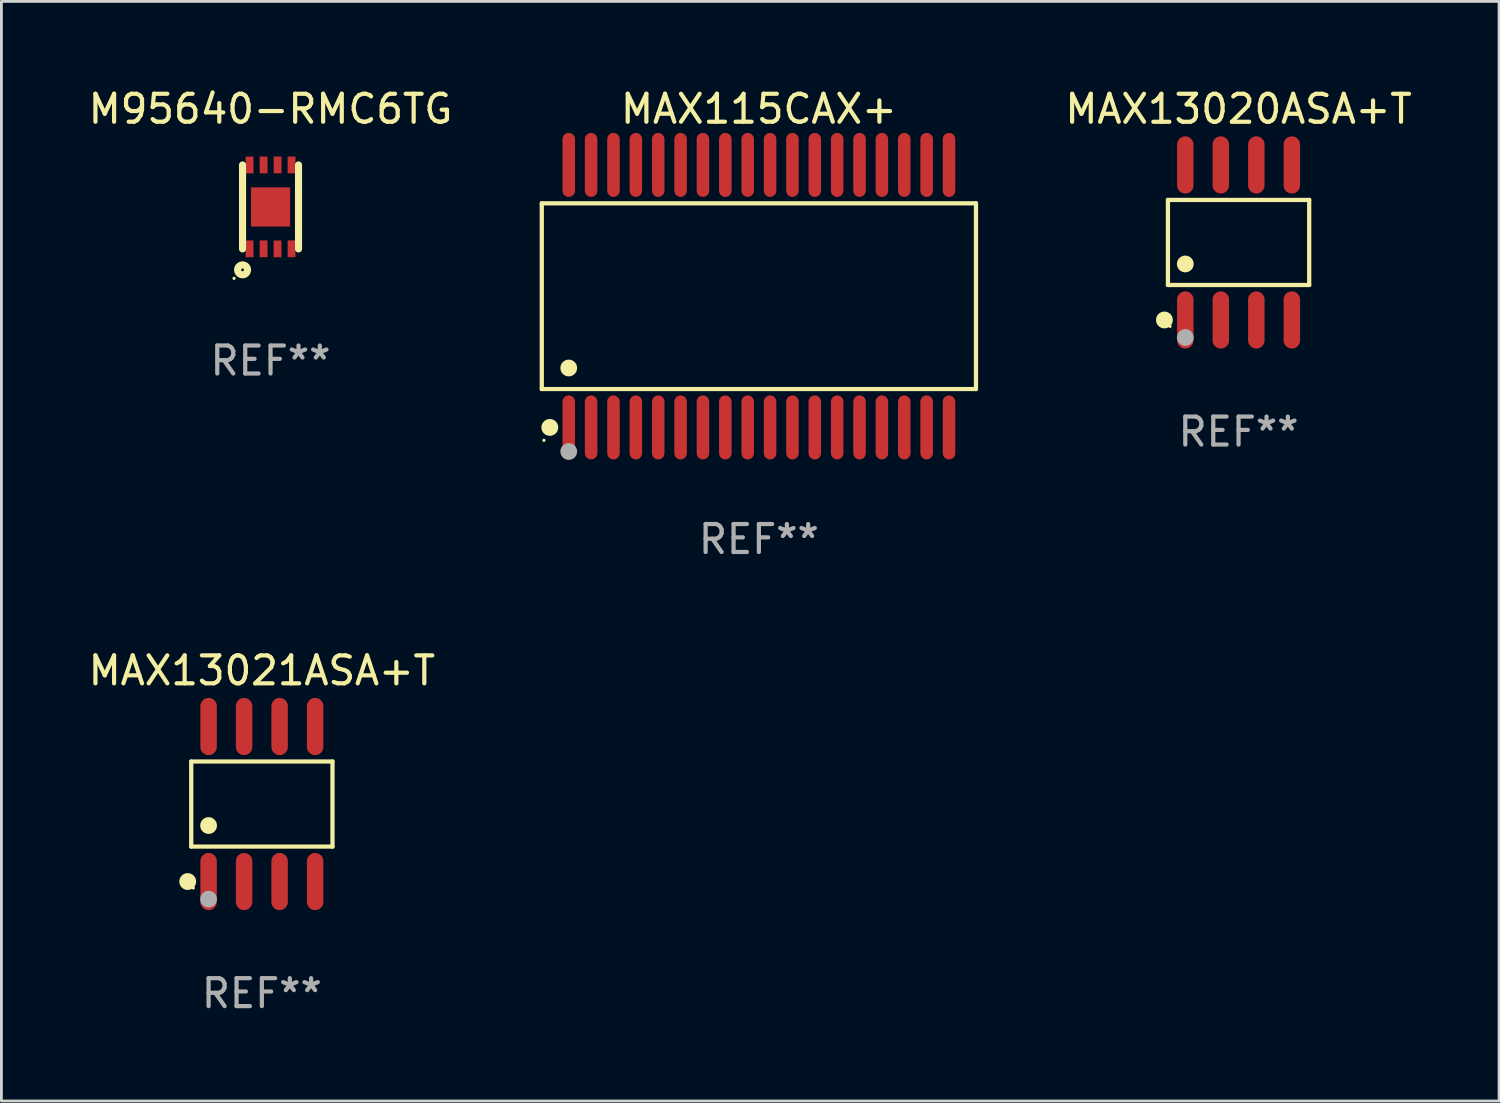
<source format=kicad_pcb>
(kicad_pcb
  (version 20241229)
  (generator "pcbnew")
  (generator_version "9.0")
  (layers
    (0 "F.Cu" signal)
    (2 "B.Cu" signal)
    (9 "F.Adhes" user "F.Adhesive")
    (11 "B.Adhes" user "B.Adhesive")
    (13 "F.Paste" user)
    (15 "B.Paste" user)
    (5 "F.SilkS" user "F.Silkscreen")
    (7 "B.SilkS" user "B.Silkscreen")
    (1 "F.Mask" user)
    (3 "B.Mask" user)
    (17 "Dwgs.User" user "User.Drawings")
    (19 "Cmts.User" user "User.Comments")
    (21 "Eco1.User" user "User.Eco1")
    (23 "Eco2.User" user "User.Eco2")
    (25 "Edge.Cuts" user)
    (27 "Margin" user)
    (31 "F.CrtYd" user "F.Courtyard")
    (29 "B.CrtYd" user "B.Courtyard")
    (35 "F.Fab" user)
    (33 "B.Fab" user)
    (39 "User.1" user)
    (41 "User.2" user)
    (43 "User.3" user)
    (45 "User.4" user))
  (footprint "M95640-RMC6TG"
    (layer "F.Cu")
    (at 6.625 4.35)
    (property "Reference" "M95640-RMC6TG" (at 0 -3.502 0) (layer "F.SilkS") (effects (font (size 1 1) (thickness 0.15))))
    (attr through_hole)
    (fp_line (start -1.001 1.502) (end -1.001 -1.501) (stroke (width 0.254) (type solid)) (layer "F.SilkS"))
    (fp_line (start 1.001 1.502) (end 1.001 -1.501) (stroke (width 0.254) (type solid)) (layer "F.SilkS"))
    (fp_circle (center -1.304 2.554) (end -1.274 2.554) (stroke (width 0.06) (type solid)) (fill no) (layer "F.SilkS"))
    (fp_circle (center -1 2.251) (end -0.823 2.251) (stroke (width 0.254) (type solid)) (fill no) (layer "F.SilkS"))
    (fp_text user "REF**" (at 0 5.502 0) (layer "F.Fab") (effects (font (size 1 1) (thickness 0.15))))
    (pad "1" smd rect (at -0.75 1.5 180) (size 0.28 0.6) (layers "F.Cu" "F.Mask" "F.Paste"))
    (pad "2" smd rect (at -0.248 1.498 180) (size 0.28 0.6) (layers "F.Cu" "F.Mask" "F.Paste"))
    (pad "3" smd rect (at 0.25 1.5 180) (size 0.28 0.6) (layers "F.Cu" "F.Mask" "F.Paste"))
    (pad "4" smd rect (at 0.752 1.498 180) (size 0.28 0.6) (layers "F.Cu" "F.Mask" "F.Paste"))
    (pad "5" smd rect (at 0.752 -1.502 180) (size 0.28 0.6) (layers "F.Cu" "F.Mask" "F.Paste"))
    (pad "6" smd rect (at 0.252 -1.502 180) (size 0.28 0.6) (layers "F.Cu" "F.Mask" "F.Paste"))
    (pad "7" smd rect (at -0.248 -1.502 180) (size 0.28 0.6) (layers "F.Cu" "F.Mask" "F.Paste"))
    (pad "8" smd rect (at -0.75 -1.5 180) (size 0.28 0.6) (layers "F.Cu" "F.Mask" "F.Paste"))
    (pad "9" smd rect (at 0.000051 0.001 270) (size 1.4 1.4) (layers "F.Cu" "F.Mask" "F.Paste")))
  (footprint "MAX13020ASA+T"
    (layer "F.Cu")
    (at 41.245 5.621)
    (property "Reference" "MAX13020ASA+T" (at 0 -4.772 0) (layer "F.SilkS") (effects (font (size 1 1) (thickness 0.15))))
    (attr through_hole)
    (fp_line (start -2.526 -1.521) (end 2.526 -1.521) (stroke (width 0.152) (type solid)) (layer "F.SilkS"))
    (fp_line (start -2.526 1.521) (end -2.526 -1.521) (stroke (width 0.152) (type solid)) (layer "F.SilkS"))
    (fp_line (start 2.526 -1.521) (end 2.526 1.521) (stroke (width 0.152) (type solid)) (layer "F.SilkS"))
    (fp_line (start 2.526 1.521) (end -2.526 1.521) (stroke (width 0.152) (type solid)) (layer "F.SilkS"))
    (fp_circle (center -2.652 2.772) (end -2.501 2.772) (stroke (width 0.3) (type solid)) (fill no) (layer "F.SilkS"))
    (fp_circle (center -2.45 3) (end -2.42 3) (stroke (width 0.06) (type solid)) (fill no) (layer "F.SilkS"))
    (fp_circle (center -1.905 0.769) (end -1.755 0.769) (stroke (width 0.3) (type solid)) (fill no) (layer "F.SilkS"))
    (fp_circle (center -1.905 3.4) (end -1.755 3.4) (stroke (width 0.3) (type solid)) (fill no) (layer "F.Fab"))
    (fp_text user "REF**" (at 0 6.772 0) (layer "F.Fab") (effects (font (size 1 1) (thickness 0.15))))
    (pad "1" smd oval (at -1.905 2.772) (size 0.588 2.045) (layers "F.Cu" "F.Mask" "F.Paste"))
    (pad "2" smd oval (at -0.635 2.772) (size 0.588 2.045) (layers "F.Cu" "F.Mask" "F.Paste"))
    (pad "3" smd oval (at 0.635 2.772) (size 0.588 2.045) (layers "F.Cu" "F.Mask" "F.Paste"))
    (pad "4" smd oval (at 1.905 2.772) (size 0.588 2.045) (layers "F.Cu" "F.Mask" "F.Paste"))
    (pad "5" smd oval (at 1.905 -2.772) (size 0.588 2.045) (layers "F.Cu" "F.Mask" "F.Paste"))
    (pad "6" smd oval (at 0.635 -2.772) (size 0.588 2.045) (layers "F.Cu" "F.Mask" "F.Paste"))
    (pad "7" smd oval (at -0.635 -2.772) (size 0.588 2.045) (layers "F.Cu" "F.Mask" "F.Paste"))
    (pad "8" smd oval (at -1.905 -2.772) (size 0.588 2.045) (layers "F.Cu" "F.Mask" "F.Paste")))
  (footprint "MAX115CAX+"
    (layer "F.Cu")
    (at 24.09 7.542)
    (property "Reference" "MAX115CAX+" (at 0 -6.694 0) (layer "F.SilkS") (effects (font (size 1 1) (thickness 0.15))))
    (attr through_hole)
    (fp_line (start -7.764 -3.321) (end 7.764 -3.321) (stroke (width 0.152) (type solid)) (layer "F.SilkS"))
    (fp_line (start -7.764 3.321) (end -7.764 -3.321) (stroke (width 0.152) (type solid)) (layer "F.SilkS"))
    (fp_line (start 7.764 -3.321) (end 7.764 3.321) (stroke (width 0.152) (type solid)) (layer "F.SilkS"))
    (fp_line (start 7.764 3.321) (end -7.764 3.321) (stroke (width 0.152) (type solid)) (layer "F.SilkS"))
    (fp_circle (center -7.688 5.155) (end -7.658 5.155) (stroke (width 0.06) (type solid)) (fill no) (layer "F.SilkS"))
    (fp_circle (center -7.477 4.694) (end -7.326 4.694) (stroke (width 0.3) (type solid)) (fill no) (layer "F.SilkS"))
    (fp_circle (center -6.8 2.569) (end -6.65 2.569) (stroke (width 0.3) (type solid)) (fill no) (layer "F.SilkS"))
    (fp_circle (center -6.8 5.555) (end -6.65 5.555) (stroke (width 0.3) (type solid)) (fill no) (layer "F.Fab"))
    (fp_text user "REF**" (at 0 8.694 0) (layer "F.Fab") (effects (font (size 1 1) (thickness 0.15))))
    (pad "1" smd oval (at -6.8 4.694) (size 0.448 2.288) (layers "F.Cu" "F.Mask" "F.Paste"))
    (pad "2" smd oval (at -6 4.694) (size 0.448 2.288) (layers "F.Cu" "F.Mask" "F.Paste"))
    (pad "3" smd oval (at -5.2 4.694) (size 0.448 2.288) (layers "F.Cu" "F.Mask" "F.Paste"))
    (pad "4" smd oval (at -4.4 4.694) (size 0.448 2.288) (layers "F.Cu" "F.Mask" "F.Paste"))
    (pad "5" smd oval (at -3.6 4.694) (size 0.448 2.288) (layers "F.Cu" "F.Mask" "F.Paste"))
    (pad "6" smd oval (at -2.8 4.694) (size 0.448 2.288) (layers "F.Cu" "F.Mask" "F.Paste"))
    (pad "7" smd oval (at -2 4.694) (size 0.448 2.288) (layers "F.Cu" "F.Mask" "F.Paste"))
    (pad "8" smd oval (at -1.2 4.694) (size 0.448 2.288) (layers "F.Cu" "F.Mask" "F.Paste"))
    (pad "9" smd oval (at -0.4 4.694) (size 0.448 2.288) (layers "F.Cu" "F.Mask" "F.Paste"))
    (pad "10" smd oval (at 0.4 4.694) (size 0.448 2.288) (layers "F.Cu" "F.Mask" "F.Paste"))
    (pad "11" smd oval (at 1.2 4.694) (size 0.448 2.288) (layers "F.Cu" "F.Mask" "F.Paste"))
    (pad "12" smd oval (at 2 4.694) (size 0.448 2.288) (layers "F.Cu" "F.Mask" "F.Paste"))
    (pad "13" smd oval (at 2.8 4.694) (size 0.448 2.288) (layers "F.Cu" "F.Mask" "F.Paste"))
    (pad "14" smd oval (at 3.6 4.694) (size 0.448 2.288) (layers "F.Cu" "F.Mask" "F.Paste"))
    (pad "15" smd oval (at 4.4 4.694) (size 0.448 2.288) (layers "F.Cu" "F.Mask" "F.Paste"))
    (pad "16" smd oval (at 5.2 4.694) (size 0.448 2.288) (layers "F.Cu" "F.Mask" "F.Paste"))
    (pad "17" smd oval (at 6 4.694) (size 0.448 2.288) (layers "F.Cu" "F.Mask" "F.Paste"))
    (pad "18" smd oval (at 6.8 4.694) (size 0.448 2.288) (layers "F.Cu" "F.Mask" "F.Paste"))
    (pad "19" smd oval (at 6.8 -4.694) (size 0.448 2.288) (layers "F.Cu" "F.Mask" "F.Paste"))
    (pad "20" smd oval (at 6 -4.694) (size 0.448 2.288) (layers "F.Cu" "F.Mask" "F.Paste"))
    (pad "21" smd oval (at 5.2 -4.694) (size 0.448 2.288) (layers "F.Cu" "F.Mask" "F.Paste"))
    (pad "22" smd oval (at 4.4 -4.694) (size 0.448 2.288) (layers "F.Cu" "F.Mask" "F.Paste"))
    (pad "23" smd oval (at 3.6 -4.694) (size 0.448 2.288) (layers "F.Cu" "F.Mask" "F.Paste"))
    (pad "24" smd oval (at 2.8 -4.694) (size 0.448 2.288) (layers "F.Cu" "F.Mask" "F.Paste"))
    (pad "25" smd oval (at 2 -4.694) (size 0.448 2.288) (layers "F.Cu" "F.Mask" "F.Paste"))
    (pad "26" smd oval (at 1.2 -4.694) (size 0.448 2.288) (layers "F.Cu" "F.Mask" "F.Paste"))
    (pad "27" smd oval (at 0.4 -4.694) (size 0.448 2.288) (layers "F.Cu" "F.Mask" "F.Paste"))
    (pad "28" smd oval (at -0.4 -4.694) (size 0.448 2.288) (layers "F.Cu" "F.Mask" "F.Paste"))
    (pad "29" smd oval (at -1.2 -4.694) (size 0.448 2.288) (layers "F.Cu" "F.Mask" "F.Paste"))
    (pad "30" smd oval (at -2 -4.694) (size 0.448 2.288) (layers "F.Cu" "F.Mask" "F.Paste"))
    (pad "31" smd oval (at -2.8 -4.694) (size 0.448 2.288) (layers "F.Cu" "F.Mask" "F.Paste"))
    (pad "32" smd oval (at -3.6 -4.694) (size 0.448 2.288) (layers "F.Cu" "F.Mask" "F.Paste"))
    (pad "33" smd oval (at -4.4 -4.694) (size 0.448 2.288) (layers "F.Cu" "F.Mask" "F.Paste"))
    (pad "34" smd oval (at -5.2 -4.694) (size 0.448 2.288) (layers "F.Cu" "F.Mask" "F.Paste"))
    (pad "35" smd oval (at -6 -4.694) (size 0.448 2.288) (layers "F.Cu" "F.Mask" "F.Paste"))
    (pad "36" smd oval (at -6.8 -4.694) (size 0.448 2.288) (layers "F.Cu" "F.Mask" "F.Paste")))
  (footprint "MAX13021ASA+T"
    (layer "F.Cu")
    (at 6.315 25.705)
    (property "Reference" "MAX13021ASA+T" (at 0 -4.772 0) (layer "F.SilkS") (effects (font (size 1 1) (thickness 0.15))))
    (attr through_hole)
    (fp_line (start -2.526 -1.521) (end 2.526 -1.521) (stroke (width 0.152) (type solid)) (layer "F.SilkS"))
    (fp_line (start -2.526 1.521) (end -2.526 -1.521) (stroke (width 0.152) (type solid)) (layer "F.SilkS"))
    (fp_line (start 2.526 -1.521) (end 2.526 1.521) (stroke (width 0.152) (type solid)) (layer "F.SilkS"))
    (fp_line (start 2.526 1.521) (end -2.526 1.521) (stroke (width 0.152) (type solid)) (layer "F.SilkS"))
    (fp_circle (center -2.652 2.772) (end -2.501 2.772) (stroke (width 0.3) (type solid)) (fill no) (layer "F.SilkS"))
    (fp_circle (center -2.45 3) (end -2.42 3) (stroke (width 0.06) (type solid)) (fill no) (layer "F.SilkS"))
    (fp_circle (center -1.905 0.769) (end -1.755 0.769) (stroke (width 0.3) (type solid)) (fill no) (layer "F.SilkS"))
    (fp_circle (center -1.905 3.4) (end -1.755 3.4) (stroke (width 0.3) (type solid)) (fill no) (layer "F.Fab"))
    (fp_text user "REF**" (at 0 6.772 0) (layer "F.Fab") (effects (font (size 1 1) (thickness 0.15))))
    (pad "1" smd oval (at -1.905 2.772) (size 0.588 2.045) (layers "F.Cu" "F.Mask" "F.Paste"))
    (pad "2" smd oval (at -0.635 2.772) (size 0.588 2.045) (layers "F.Cu" "F.Mask" "F.Paste"))
    (pad "3" smd oval (at 0.635 2.772) (size 0.588 2.045) (layers "F.Cu" "F.Mask" "F.Paste"))
    (pad "4" smd oval (at 1.905 2.772) (size 0.588 2.045) (layers "F.Cu" "F.Mask" "F.Paste"))
    (pad "5" smd oval (at 1.905 -2.772) (size 0.588 2.045) (layers "F.Cu" "F.Mask" "F.Paste"))
    (pad "6" smd oval (at 0.635 -2.772) (size 0.588 2.045) (layers "F.Cu" "F.Mask" "F.Paste"))
    (pad "7" smd oval (at -0.635 -2.772) (size 0.588 2.045) (layers "F.Cu" "F.Mask" "F.Paste"))
    (pad "8" smd oval (at -1.905 -2.772) (size 0.588 2.045) (layers "F.Cu" "F.Mask" "F.Paste")))
  (gr_rect
    (start -3 -3)
    (end 50.561 36.326)
    (stroke (width 0.1) (type default))
    (fill no)
    (layer "Edge.Cuts")))
</source>
